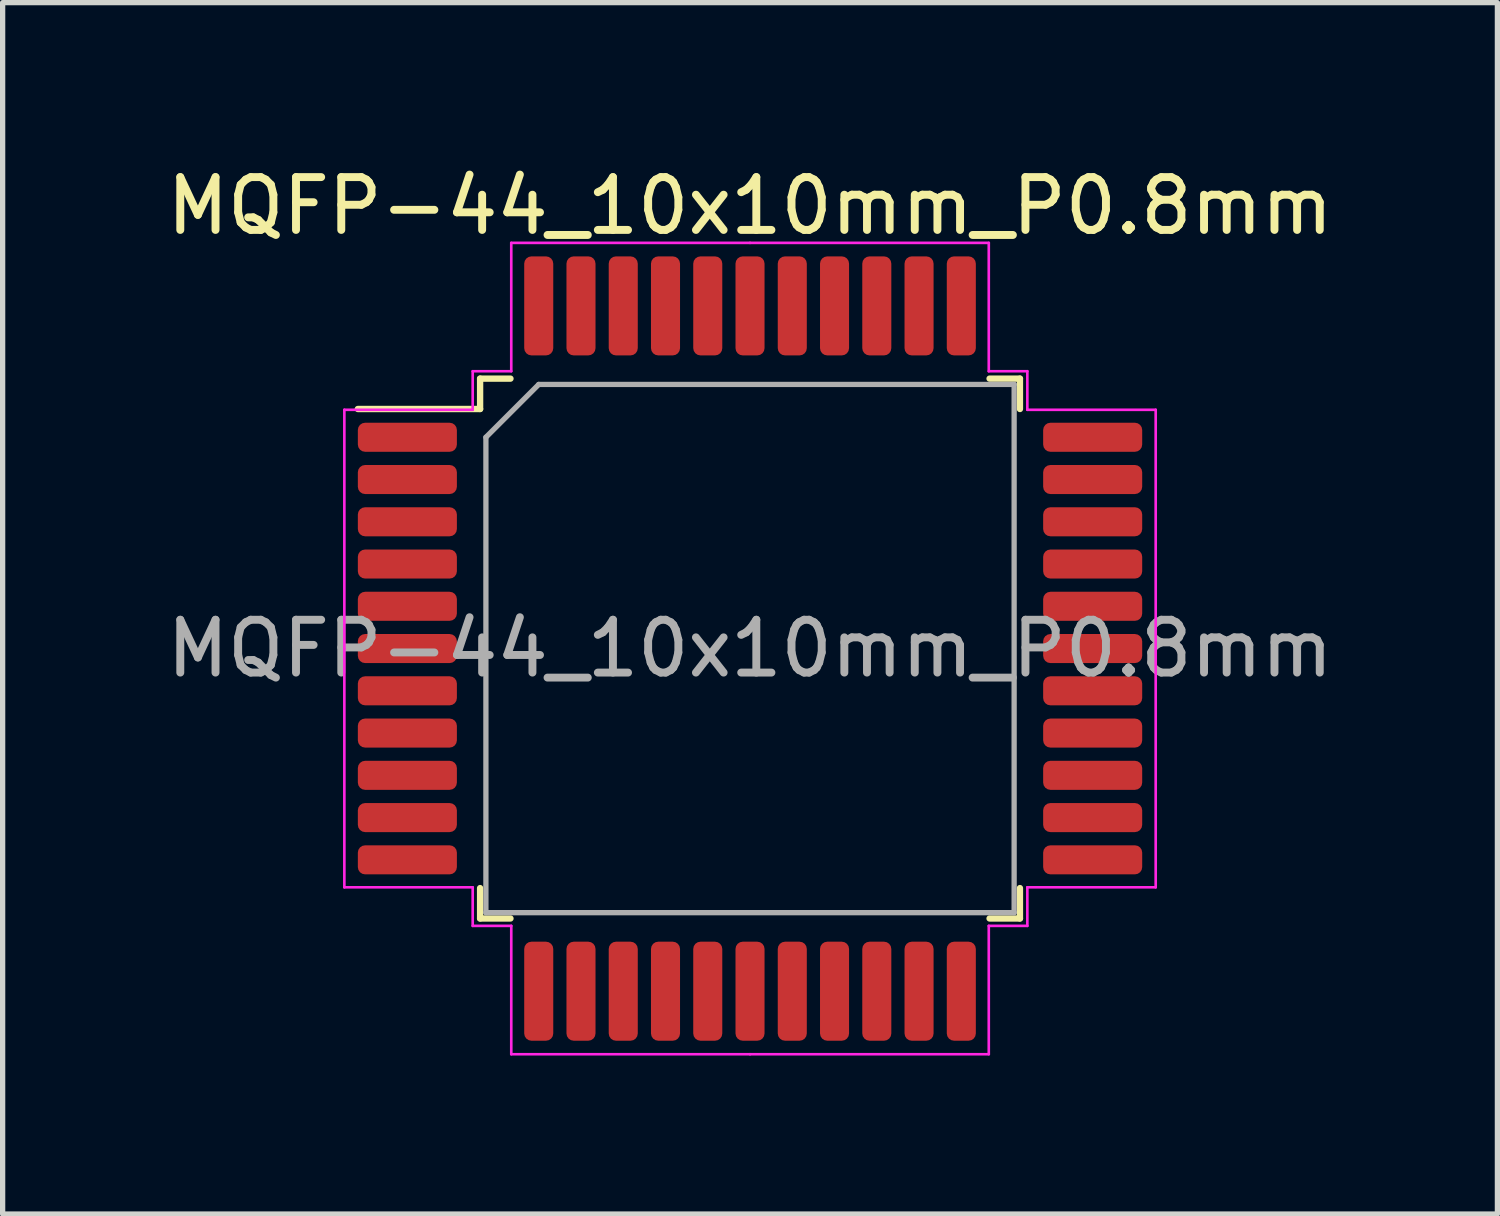
<source format=kicad_pcb>
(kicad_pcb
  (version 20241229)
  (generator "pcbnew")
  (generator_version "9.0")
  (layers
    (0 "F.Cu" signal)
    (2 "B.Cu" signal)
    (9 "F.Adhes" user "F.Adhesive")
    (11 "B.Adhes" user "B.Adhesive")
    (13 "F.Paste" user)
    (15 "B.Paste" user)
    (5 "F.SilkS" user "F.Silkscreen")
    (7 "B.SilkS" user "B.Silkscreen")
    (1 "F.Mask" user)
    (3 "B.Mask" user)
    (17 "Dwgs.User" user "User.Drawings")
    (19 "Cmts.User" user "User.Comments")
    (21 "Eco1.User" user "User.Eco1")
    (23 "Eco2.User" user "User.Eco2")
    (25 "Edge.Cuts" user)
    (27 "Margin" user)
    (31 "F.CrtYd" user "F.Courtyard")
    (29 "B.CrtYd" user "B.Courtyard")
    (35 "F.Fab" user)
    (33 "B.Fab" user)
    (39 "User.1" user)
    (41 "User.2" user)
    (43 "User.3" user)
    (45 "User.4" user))
  (footprint "MQFP-44_10x10mm_P0.8mm"
    (layer "F.Cu")
    (at 11.149 9.228)
    (property "Reference" "MQFP-44_10x10mm_P0.8mm" (at 0 -8.38 0) (layer "F.SilkS") (effects (font (size 1 1) (thickness 0.15))))
    (attr smd)
    (fp_line (start -5.11 -5.11) (end -5.11 -4.535) (stroke (width 0.12) (type solid)) (layer "F.SilkS"))
    (fp_line (start -5.11 -4.535) (end -7.425 -4.535) (stroke (width 0.12) (type solid)) (layer "F.SilkS"))
    (fp_line (start -5.11 5.11) (end -5.11 4.535) (stroke (width 0.12) (type solid)) (layer "F.SilkS"))
    (fp_line (start -4.535 -5.11) (end -5.11 -5.11) (stroke (width 0.12) (type solid)) (layer "F.SilkS"))
    (fp_line (start -4.535 5.11) (end -5.11 5.11) (stroke (width 0.12) (type solid)) (layer "F.SilkS"))
    (fp_line (start 4.535 -5.11) (end 5.11 -5.11) (stroke (width 0.12) (type solid)) (layer "F.SilkS"))
    (fp_line (start 4.535 5.11) (end 5.11 5.11) (stroke (width 0.12) (type solid)) (layer "F.SilkS"))
    (fp_line (start 5.11 -5.11) (end 5.11 -4.535) (stroke (width 0.12) (type solid)) (layer "F.SilkS"))
    (fp_line (start 5.11 5.11) (end 5.11 4.535) (stroke (width 0.12) (type solid)) (layer "F.SilkS"))
    (fp_line (start -7.68 -4.52) (end -7.68 0) (stroke (width 0.05) (type solid)) (layer "F.CrtYd"))
    (fp_line (start -7.68 4.52) (end -7.68 0) (stroke (width 0.05) (type solid)) (layer "F.CrtYd"))
    (fp_line (start -5.25 -5.25) (end -5.25 -4.52) (stroke (width 0.05) (type solid)) (layer "F.CrtYd"))
    (fp_line (start -5.25 -4.52) (end -7.68 -4.52) (stroke (width 0.05) (type solid)) (layer "F.CrtYd"))
    (fp_line (start -5.25 4.52) (end -7.68 4.52) (stroke (width 0.05) (type solid)) (layer "F.CrtYd"))
    (fp_line (start -5.25 5.25) (end -5.25 4.52) (stroke (width 0.05) (type solid)) (layer "F.CrtYd"))
    (fp_line (start -4.52 -7.68) (end -4.52 -5.25) (stroke (width 0.05) (type solid)) (layer "F.CrtYd"))
    (fp_line (start -4.52 -5.25) (end -5.25 -5.25) (stroke (width 0.05) (type solid)) (layer "F.CrtYd"))
    (fp_line (start -4.52 5.25) (end -5.25 5.25) (stroke (width 0.05) (type solid)) (layer "F.CrtYd"))
    (fp_line (start -4.52 7.68) (end -4.52 5.25) (stroke (width 0.05) (type solid)) (layer "F.CrtYd"))
    (fp_line (start 0 -7.68) (end -4.52 -7.68) (stroke (width 0.05) (type solid)) (layer "F.CrtYd"))
    (fp_line (start 0 -7.68) (end 4.52 -7.68) (stroke (width 0.05) (type solid)) (layer "F.CrtYd"))
    (fp_line (start 0 7.68) (end -4.52 7.68) (stroke (width 0.05) (type solid)) (layer "F.CrtYd"))
    (fp_line (start 0 7.68) (end 4.52 7.68) (stroke (width 0.05) (type solid)) (layer "F.CrtYd"))
    (fp_line (start 4.52 -7.68) (end 4.52 -5.25) (stroke (width 0.05) (type solid)) (layer "F.CrtYd"))
    (fp_line (start 4.52 -5.25) (end 5.25 -5.25) (stroke (width 0.05) (type solid)) (layer "F.CrtYd"))
    (fp_line (start 4.52 5.25) (end 5.25 5.25) (stroke (width 0.05) (type solid)) (layer "F.CrtYd"))
    (fp_line (start 4.52 7.68) (end 4.52 5.25) (stroke (width 0.05) (type solid)) (layer "F.CrtYd"))
    (fp_line (start 5.25 -5.25) (end 5.25 -4.52) (stroke (width 0.05) (type solid)) (layer "F.CrtYd"))
    (fp_line (start 5.25 -4.52) (end 7.68 -4.52) (stroke (width 0.05) (type solid)) (layer "F.CrtYd"))
    (fp_line (start 5.25 4.52) (end 7.68 4.52) (stroke (width 0.05) (type solid)) (layer "F.CrtYd"))
    (fp_line (start 5.25 5.25) (end 5.25 4.52) (stroke (width 0.05) (type solid)) (layer "F.CrtYd"))
    (fp_line (start 7.68 -4.52) (end 7.68 0) (stroke (width 0.05) (type solid)) (layer "F.CrtYd"))
    (fp_line (start 7.68 4.52) (end 7.68 0) (stroke (width 0.05) (type solid)) (layer "F.CrtYd"))
    (fp_line (start -5 -4) (end -4 -5) (stroke (width 0.1) (type solid)) (layer "F.Fab"))
    (fp_line (start -5 5) (end -5 -4) (stroke (width 0.1) (type solid)) (layer "F.Fab"))
    (fp_line (start -4 -5) (end 5 -5) (stroke (width 0.1) (type solid)) (layer "F.Fab"))
    (fp_line (start 5 -5) (end 5 5) (stroke (width 0.1) (type solid)) (layer "F.Fab"))
    (fp_line (start 5 5) (end -5 5) (stroke (width 0.1) (type solid)) (layer "F.Fab"))
    (fp_text user "${REFERENCE}" (at 0 0 0) (layer "F.Fab") (effects (font (size 1 1) (thickness 0.15))))
    (pad "1" smd roundrect (at -6.487 -4) (size 1.875 0.55) (layers "F.Cu" "F.Mask" "F.Paste") (roundrect_rratio 0.25))
    (pad "2" smd roundrect (at -6.487 -3.2) (size 1.875 0.55) (layers "F.Cu" "F.Mask" "F.Paste") (roundrect_rratio 0.25))
    (pad "3" smd roundrect (at -6.487 -2.4) (size 1.875 0.55) (layers "F.Cu" "F.Mask" "F.Paste") (roundrect_rratio 0.25))
    (pad "4" smd roundrect (at -6.487 -1.6) (size 1.875 0.55) (layers "F.Cu" "F.Mask" "F.Paste") (roundrect_rratio 0.25))
    (pad "5" smd roundrect (at -6.487 -0.8) (size 1.875 0.55) (layers "F.Cu" "F.Mask" "F.Paste") (roundrect_rratio 0.25))
    (pad "6" smd roundrect (at -6.487 0) (size 1.875 0.55) (layers "F.Cu" "F.Mask" "F.Paste") (roundrect_rratio 0.25))
    (pad "7" smd roundrect (at -6.487 0.8) (size 1.875 0.55) (layers "F.Cu" "F.Mask" "F.Paste") (roundrect_rratio 0.25))
    (pad "8" smd roundrect (at -6.487 1.6) (size 1.875 0.55) (layers "F.Cu" "F.Mask" "F.Paste") (roundrect_rratio 0.25))
    (pad "9" smd roundrect (at -6.487 2.4) (size 1.875 0.55) (layers "F.Cu" "F.Mask" "F.Paste") (roundrect_rratio 0.25))
    (pad "10" smd roundrect (at -6.487 3.2) (size 1.875 0.55) (layers "F.Cu" "F.Mask" "F.Paste") (roundrect_rratio 0.25))
    (pad "11" smd roundrect (at -6.487 4) (size 1.875 0.55) (layers "F.Cu" "F.Mask" "F.Paste") (roundrect_rratio 0.25))
    (pad "12" smd roundrect (at -4 6.487) (size 0.55 1.875) (layers "F.Cu" "F.Mask" "F.Paste") (roundrect_rratio 0.25))
    (pad "13" smd roundrect (at -3.2 6.487) (size 0.55 1.875) (layers "F.Cu" "F.Mask" "F.Paste") (roundrect_rratio 0.25))
    (pad "14" smd roundrect (at -2.4 6.487) (size 0.55 1.875) (layers "F.Cu" "F.Mask" "F.Paste") (roundrect_rratio 0.25))
    (pad "15" smd roundrect (at -1.6 6.487) (size 0.55 1.875) (layers "F.Cu" "F.Mask" "F.Paste") (roundrect_rratio 0.25))
    (pad "16" smd roundrect (at -0.8 6.487) (size 0.55 1.875) (layers "F.Cu" "F.Mask" "F.Paste") (roundrect_rratio 0.25))
    (pad "17" smd roundrect (at 0 6.487) (size 0.55 1.875) (layers "F.Cu" "F.Mask" "F.Paste") (roundrect_rratio 0.25))
    (pad "18" smd roundrect (at 0.8 6.487) (size 0.55 1.875) (layers "F.Cu" "F.Mask" "F.Paste") (roundrect_rratio 0.25))
    (pad "19" smd roundrect (at 1.6 6.487) (size 0.55 1.875) (layers "F.Cu" "F.Mask" "F.Paste") (roundrect_rratio 0.25))
    (pad "20" smd roundrect (at 2.4 6.487) (size 0.55 1.875) (layers "F.Cu" "F.Mask" "F.Paste") (roundrect_rratio 0.25))
    (pad "21" smd roundrect (at 3.2 6.487) (size 0.55 1.875) (layers "F.Cu" "F.Mask" "F.Paste") (roundrect_rratio 0.25))
    (pad "22" smd roundrect (at 4 6.487) (size 0.55 1.875) (layers "F.Cu" "F.Mask" "F.Paste") (roundrect_rratio 0.25))
    (pad "23" smd roundrect (at 6.487 4) (size 1.875 0.55) (layers "F.Cu" "F.Mask" "F.Paste") (roundrect_rratio 0.25))
    (pad "24" smd roundrect (at 6.487 3.2) (size 1.875 0.55) (layers "F.Cu" "F.Mask" "F.Paste") (roundrect_rratio 0.25))
    (pad "25" smd roundrect (at 6.487 2.4) (size 1.875 0.55) (layers "F.Cu" "F.Mask" "F.Paste") (roundrect_rratio 0.25))
    (pad "26" smd roundrect (at 6.487 1.6) (size 1.875 0.55) (layers "F.Cu" "F.Mask" "F.Paste") (roundrect_rratio 0.25))
    (pad "27" smd roundrect (at 6.487 0.8) (size 1.875 0.55) (layers "F.Cu" "F.Mask" "F.Paste") (roundrect_rratio 0.25))
    (pad "28" smd roundrect (at 6.487 0) (size 1.875 0.55) (layers "F.Cu" "F.Mask" "F.Paste") (roundrect_rratio 0.25))
    (pad "29" smd roundrect (at 6.487 -0.8) (size 1.875 0.55) (layers "F.Cu" "F.Mask" "F.Paste") (roundrect_rratio 0.25))
    (pad "30" smd roundrect (at 6.487 -1.6) (size 1.875 0.55) (layers "F.Cu" "F.Mask" "F.Paste") (roundrect_rratio 0.25))
    (pad "31" smd roundrect (at 6.487 -2.4) (size 1.875 0.55) (layers "F.Cu" "F.Mask" "F.Paste") (roundrect_rratio 0.25))
    (pad "32" smd roundrect (at 6.487 -3.2) (size 1.875 0.55) (layers "F.Cu" "F.Mask" "F.Paste") (roundrect_rratio 0.25))
    (pad "33" smd roundrect (at 6.487 -4) (size 1.875 0.55) (layers "F.Cu" "F.Mask" "F.Paste") (roundrect_rratio 0.25))
    (pad "34" smd roundrect (at 4 -6.487) (size 0.55 1.875) (layers "F.Cu" "F.Mask" "F.Paste") (roundrect_rratio 0.25))
    (pad "35" smd roundrect (at 3.2 -6.487) (size 0.55 1.875) (layers "F.Cu" "F.Mask" "F.Paste") (roundrect_rratio 0.25))
    (pad "36" smd roundrect (at 2.4 -6.487) (size 0.55 1.875) (layers "F.Cu" "F.Mask" "F.Paste") (roundrect_rratio 0.25))
    (pad "37" smd roundrect (at 1.6 -6.487) (size 0.55 1.875) (layers "F.Cu" "F.Mask" "F.Paste") (roundrect_rratio 0.25))
    (pad "38" smd roundrect (at 0.8 -6.487) (size 0.55 1.875) (layers "F.Cu" "F.Mask" "F.Paste") (roundrect_rratio 0.25))
    (pad "39" smd roundrect (at 0 -6.487) (size 0.55 1.875) (layers "F.Cu" "F.Mask" "F.Paste") (roundrect_rratio 0.25))
    (pad "40" smd roundrect (at -0.8 -6.487) (size 0.55 1.875) (layers "F.Cu" "F.Mask" "F.Paste") (roundrect_rratio 0.25))
    (pad "41" smd roundrect (at -1.6 -6.487) (size 0.55 1.875) (layers "F.Cu" "F.Mask" "F.Paste") (roundrect_rratio 0.25))
    (pad "42" smd roundrect (at -2.4 -6.487) (size 0.55 1.875) (layers "F.Cu" "F.Mask" "F.Paste") (roundrect_rratio 0.25))
    (pad "43" smd roundrect (at -3.2 -6.487) (size 0.55 1.875) (layers "F.Cu" "F.Mask" "F.Paste") (roundrect_rratio 0.25))
    (pad "44" smd roundrect (at -4 -6.487) (size 0.55 1.875) (layers "F.Cu" "F.Mask" "F.Paste") (roundrect_rratio 0.25)))
  (gr_rect
    (start -3 -3)
    (end 25.298 19.933)
    (stroke (width 0.1) (type default))
    (fill no)
    (layer "Edge.Cuts")))
</source>
